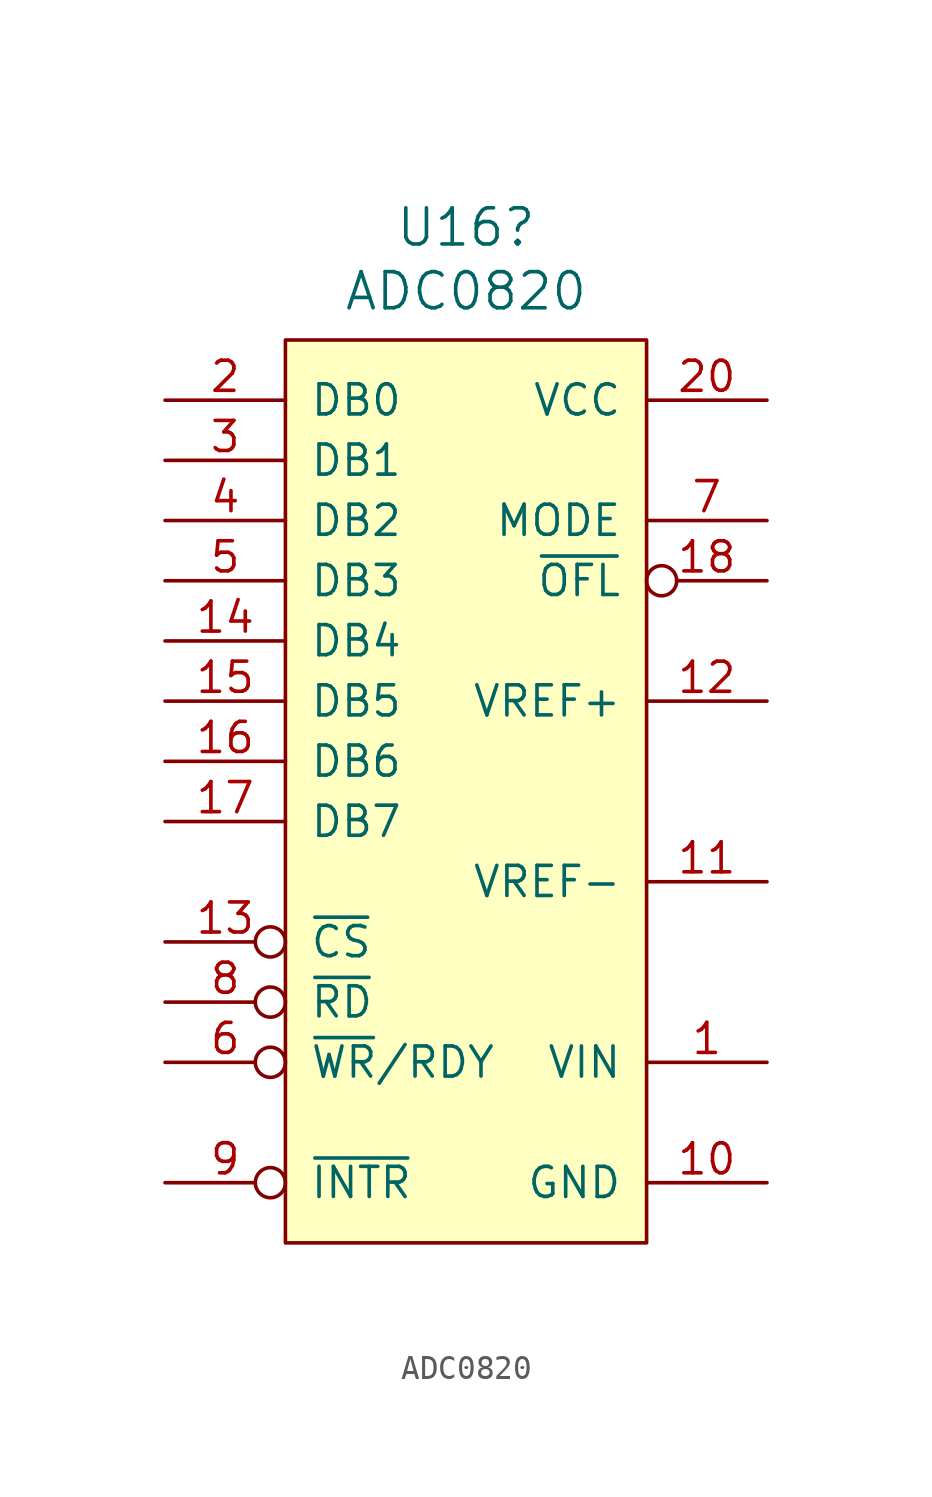
<source format=kicad_sym>
(kicad_symbol_lib
  (version 20211014)
  (generator kicad_symbol_editor)
  (symbol "ADC0820"
    (pin_names
      (offset 1.016))
    (property "Reference" "U16"
      (at 0 22.53 0)
      (effects (font (size 1.524 1.524))))
    (property "Value" "ADC0820"
      (at 0 19.837 0)
      (effects (font (size 1.524 1.524))))
    (symbol "ADC0820_0_1"
      (rectangle (start -7.62 17.78) (end 7.62 -20.32) (stroke (width 0) (type default) (color 0 0 0 0)) (fill (type background))))
    (symbol "ADC0820_1_1"
      (pin input line (at 12.7 -12.7 180) (length 5.08) (name "VIN" (effects (font (size 1.27 1.27)))) (number "1" (effects (font (size 1.27 1.27)))))
      (pin power_in line (at 12.7 -17.78 180) (length 5.08) (name "GND" (effects (font (size 1.27 1.27)))) (number "10" (effects (font (size 1.27 1.27)))))
      (pin input line (at 12.7 -5.08 180) (length 5.08) (name "VREF-" (effects (font (size 1.27 1.27)))) (number "11" (effects (font (size 1.27 1.27)))))
      (pin input line (at 12.7 2.54 180) (length 5.08) (name "VREF+" (effects (font (size 1.27 1.27)))) (number "12" (effects (font (size 1.27 1.27)))))
      (pin input inverted (at -12.7 -7.62 0) (length 5.08) (name "~{CS}" (effects (font (size 1.27 1.27)))) (number "13" (effects (font (size 1.27 1.27)))))
      (pin bidirectional line (at -12.7 5.08 0) (length 5.08) (name "DB4" (effects (font (size 1.27 1.27)))) (number "14" (effects (font (size 1.27 1.27)))))
      (pin bidirectional line (at -12.7 2.54 0) (length 5.08) (name "DB5" (effects (font (size 1.27 1.27)))) (number "15" (effects (font (size 1.27 1.27)))))
      (pin bidirectional line (at -12.7 0 0) (length 5.08) (name "DB6" (effects (font (size 1.27 1.27)))) (number "16" (effects (font (size 1.27 1.27)))))
      (pin bidirectional line (at -12.7 -2.54 0) (length 5.08) (name "DB7" (effects (font (size 1.27 1.27)))) (number "17" (effects (font (size 1.27 1.27)))))
      (pin output inverted (at 12.7 7.62 180) (length 5.08) (name "~{OFL}" (effects (font (size 1.27 1.27)))) (number "18" (effects (font (size 1.27 1.27)))))
      (pin no_connect line (at -12.7 -15.24 0) (length 5.08) hide (name "NC" (effects (font (size 1.27 1.27)))) (number "19" (effects (font (size 1.27 1.27)))))
      (pin bidirectional line (at -12.7 15.24 0) (length 5.08) (name "DB0" (effects (font (size 1.27 1.27)))) (number "2" (effects (font (size 1.27 1.27)))))
      (pin power_in line (at 12.7 15.24 180) (length 5.08) (name "VCC" (effects (font (size 1.27 1.27)))) (number "20" (effects (font (size 1.27 1.27)))))
      (pin bidirectional line (at -12.7 12.7 0) (length 5.08) (name "DB1" (effects (font (size 1.27 1.27)))) (number "3" (effects (font (size 1.27 1.27)))))
      (pin bidirectional line (at -12.7 10.16 0) (length 5.08) (name "DB2" (effects (font (size 1.27 1.27)))) (number "4" (effects (font (size 1.27 1.27)))))
      (pin bidirectional line (at -12.7 7.62 0) (length 5.08) (name "DB3" (effects (font (size 1.27 1.27)))) (number "5" (effects (font (size 1.27 1.27)))))
      (pin input inverted (at -12.7 -12.7 0) (length 5.08) (name "~{WR}/RDY" (effects (font (size 1.27 1.27)))) (number "6" (effects (font (size 1.27 1.27)))))
      (pin input line (at 12.7 10.16 180) (length 5.08) (name "MODE" (effects (font (size 1.27 1.27)))) (number "7" (effects (font (size 1.27 1.27)))))
      (pin input inverted (at -12.7 -10.16 0) (length 5.08) (name "~{RD}" (effects (font (size 1.27 1.27)))) (number "8" (effects (font (size 1.27 1.27)))))
      (pin output inverted (at -12.7 -17.78 0) (length 5.08) (name "~{INTR}" (effects (font (size 1.27 1.27)))) (number "9" (effects (font (size 1.27 1.27))))))))
</source>
